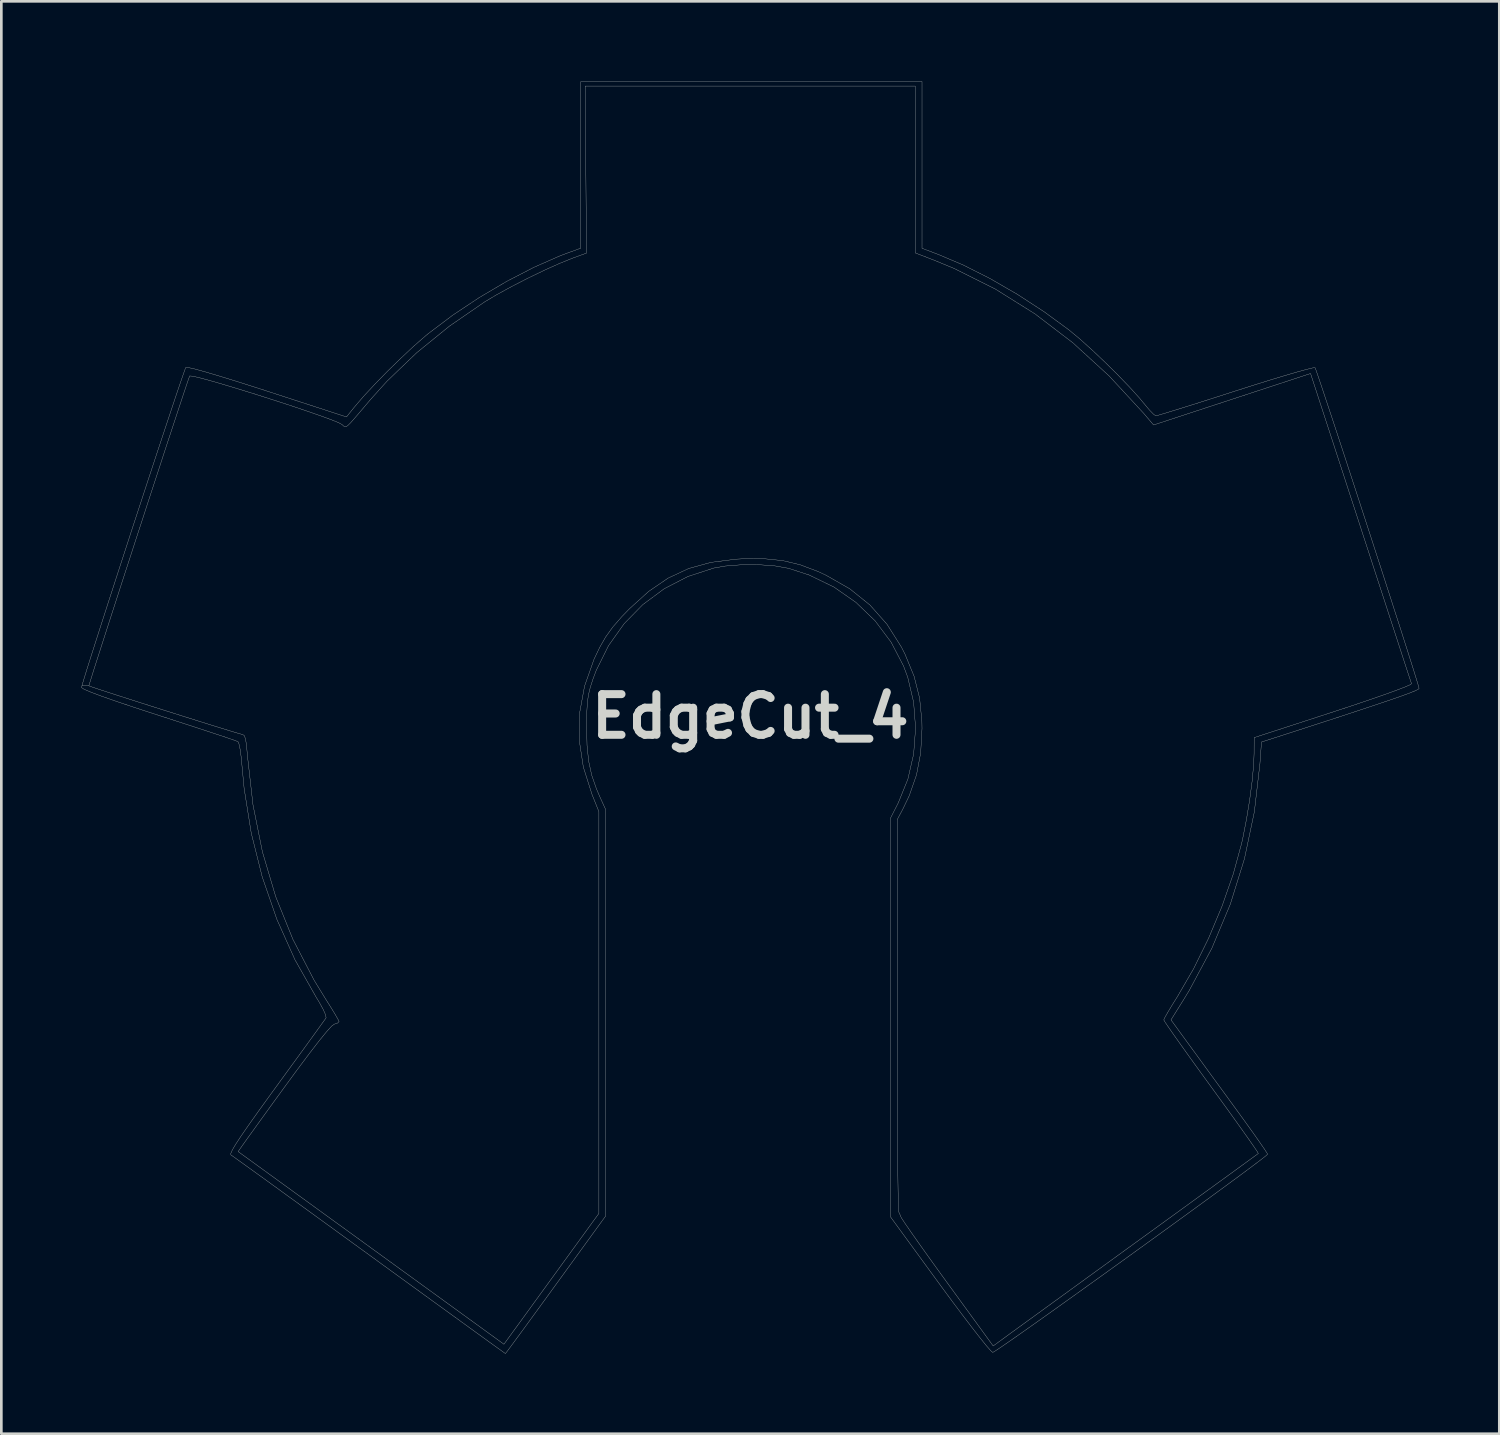
<source format=kicad_pcb>
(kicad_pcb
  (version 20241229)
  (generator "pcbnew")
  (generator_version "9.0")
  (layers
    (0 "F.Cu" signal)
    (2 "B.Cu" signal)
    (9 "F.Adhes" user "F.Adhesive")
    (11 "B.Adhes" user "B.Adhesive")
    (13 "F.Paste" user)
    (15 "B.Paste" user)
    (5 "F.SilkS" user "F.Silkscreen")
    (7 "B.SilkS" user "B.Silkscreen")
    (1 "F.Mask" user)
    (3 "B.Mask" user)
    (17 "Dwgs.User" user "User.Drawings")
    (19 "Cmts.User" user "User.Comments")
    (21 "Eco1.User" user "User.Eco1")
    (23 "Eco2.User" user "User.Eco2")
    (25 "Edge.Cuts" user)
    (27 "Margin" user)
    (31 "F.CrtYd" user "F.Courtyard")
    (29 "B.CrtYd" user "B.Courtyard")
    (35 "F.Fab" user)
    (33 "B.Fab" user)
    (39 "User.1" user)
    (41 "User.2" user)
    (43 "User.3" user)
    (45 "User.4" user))
  (footprint "EdgeCut_4"
    (layer "F.Cu")
    (at 25.066 23.796)
    (property "Reference" "EdgeCut_4" (at 0 0 0) (layer "Edge.Cuts") (effects (font (size 1.524 1.524) (thickness 0.3))))
    (attr through_hole)
    (fp_poly (pts (xy 6.435 -17.541) (xy 7.048 -17.31) (xy 7.989 -16.911) (xy 8.992 -16.404) (xy 10.015 -15.812) (xy 11.016 -15.16) (xy 11.936 -14.487) (xy 12.33 -14.161) (xy 12.787 -13.75) (xy 13.275 -13.29) (xy 13.758 -12.813) (xy 14.202 -12.352) (xy 14.574 -11.941) (xy 14.774 -11.7) (xy 14.961 -11.477) (xy 15.115 -11.319) (xy 15.198 -11.264) (xy 15.295 -11.288) (xy 15.535 -11.359) (xy 15.899 -11.471) (xy 16.368 -11.617) (xy 16.923 -11.792) (xy 17.546 -11.991) (xy 18.192 -12.199) (xy 18.861 -12.412) (xy 19.48 -12.605) (xy 20.029 -12.771) (xy 20.49 -12.906) (xy 20.845 -13.003) (xy 21.076 -13.059) (xy 21.163 -13.067) (xy 21.199 -12.977) (xy 21.281 -12.741) (xy 21.405 -12.374) (xy 21.565 -11.893) (xy 21.758 -11.312) (xy 21.977 -10.647) (xy 22.217 -9.913) (xy 22.475 -9.126) (xy 22.743 -8.3) (xy 23.019 -7.452) (xy 23.296 -6.598) (xy 23.57 -5.751) (xy 23.836 -4.928) (xy 24.088 -4.144) (xy 24.323 -3.415) (xy 24.533 -2.756) (xy 24.716 -2.182) (xy 24.865 -1.708) (xy 24.975 -1.351) (xy 25.043 -1.126) (xy 25.062 -1.049) (xy 25.028 -1.015) (xy 24.918 -0.961) (xy 24.724 -0.882) (xy 24.437 -0.776) (xy 24.046 -0.639) (xy 23.542 -0.469) (xy 22.917 -0.261) (xy 22.161 -0.012) (xy 21.263 0.28) (xy 20.216 0.619) (xy 19.971 0.698) (xy 19.156 0.96) (xy 19.098 1.771) (xy 18.888 3.582) (xy 18.517 5.339) (xy 17.987 7.041) (xy 17.298 8.684) (xy 16.451 10.266) (xy 16.236 10.618) (xy 15.765 11.372) (xy 16.418 12.269) (xy 16.67 12.614) (xy 16.994 13.059) (xy 17.365 13.569) (xy 17.757 14.106) (xy 18.142 14.635) (xy 18.23 14.756) (xy 18.559 15.21) (xy 18.851 15.618) (xy 19.093 15.962) (xy 19.27 16.22) (xy 19.369 16.374) (xy 19.385 16.407) (xy 19.318 16.469) (xy 19.125 16.62) (xy 18.821 16.85) (xy 18.418 17.15) (xy 17.929 17.51) (xy 17.367 17.922) (xy 16.745 18.375) (xy 16.077 18.861) (xy 15.376 19.369) (xy 14.653 19.891) (xy 13.924 20.417) (xy 13.2 20.938) (xy 12.494 21.444) (xy 11.82 21.926) (xy 11.191 22.375) (xy 10.62 22.78) (xy 10.119 23.133) (xy 9.702 23.424) (xy 9.382 23.645) (xy 9.172 23.784) (xy 9.086 23.834) (xy 9.085 23.834) (xy 9.009 23.767) (xy 8.845 23.579) (xy 8.606 23.283) (xy 8.304 22.895) (xy 7.95 22.43) (xy 7.556 21.904) (xy 7.134 21.331) (xy 7.107 21.294) (xy 5.254 18.754) (xy 5.249 3.823) (xy 5.544 3.243) (xy 5.905 2.353) (xy 6.122 1.407) (xy 6.194 0.433) (xy 6.12 -0.535) (xy 5.899 -1.469) (xy 5.742 -1.89) (xy 5.278 -2.78) (xy 4.68 -3.578) (xy 3.961 -4.271) (xy 3.135 -4.847) (xy 2.215 -5.294) (xy 1.439 -5.548) (xy 0.929 -5.639) (xy 0.32 -5.685) (xy -0.322 -5.683) (xy -0.933 -5.635) (xy -1.374 -5.558) (xy -2.337 -5.243) (xy -3.226 -4.784) (xy -4.027 -4.19) (xy -4.727 -3.475) (xy -5.313 -2.651) (xy -5.771 -1.73) (xy -5.896 -1.397) (xy -5.996 -1.088) (xy -6.063 -0.816) (xy -6.104 -0.533) (xy -6.125 -0.189) (xy -6.133 0.264) (xy -6.134 0.381) (xy -6.118 1.083) (xy -6.058 1.672) (xy -5.943 2.201) (xy -5.763 2.721) (xy -5.627 3.037) (xy -5.419 3.492) (xy -5.419 18.72) (xy -7.289 21.298) (xy -7.709 21.877) (xy -8.098 22.411) (xy -8.443 22.885) (xy -8.735 23.283) (xy -8.961 23.591) (xy -9.111 23.793) (xy -9.175 23.875) (xy -9.176 23.876) (xy -9.245 23.828) (xy -9.441 23.687) (xy -9.753 23.463) (xy -10.169 23.162) (xy -10.679 22.793) (xy -11.273 22.363) (xy -11.94 21.88) (xy -12.669 21.351) (xy -13.449 20.785) (xy -14.27 20.189) (xy -15.094 19.591) (xy -15.879 19.021) (xy -16.615 18.487) (xy -17.291 17.998) (xy -17.895 17.56) (xy -18.417 17.183) (xy -18.846 16.874) (xy -19.17 16.641) (xy -19.379 16.491) (xy -19.462 16.434) (xy -19.468 16.379) (xy -19.412 16.25) (xy -19.287 16.038) (xy -19.087 15.733) (xy -18.806 15.325) (xy -18.437 14.805) (xy -17.975 14.164) (xy -17.765 13.876) (xy -17.349 13.303) (xy -16.962 12.772) (xy -16.618 12.298) (xy -16.328 11.897) (xy -16.103 11.585) (xy -15.955 11.379) (xy -15.896 11.295) (xy -15.914 11.187) (xy -16.008 10.975) (xy -16.162 10.696) (xy -16.262 10.533) (xy -17.062 9.121) (xy -17.74 7.607) (xy -18.289 6.016) (xy -18.701 4.372) (xy -18.968 2.698) (xy -19.041 1.921) (xy -19.076 1.542) (xy -19.119 1.228) (xy -19.165 1.016) (xy -19.199 0.945) (xy -19.298 0.907) (xy -19.54 0.823) (xy -19.905 0.7) (xy -20.375 0.545) (xy -20.931 0.362) (xy -21.555 0.16) (xy -22.176 -0.041) (xy -23.028 -0.319) (xy -23.736 -0.557) (xy -24.297 -0.753) (xy -24.708 -0.907) (xy -24.963 -1.016) (xy -25.06 -1.08) (xy -25.061 -1.084) (xy -25.046 -1.145) (xy -24.785 -1.145) (xy -24.67 -1.103) (xy -24.42 -1.019) (xy -24.057 -0.9) (xy -23.602 -0.753) (xy -23.08 -0.586) (xy -22.512 -0.404) (xy -21.921 -0.217) (xy -21.33 -0.03) (xy -20.761 0.149) (xy -20.236 0.313) (xy -19.778 0.455) (xy -19.411 0.568) (xy -19.155 0.644) (xy -19.035 0.677) (xy -19.03 0.677) (xy -18.965 0.714) (xy -18.916 0.841) (xy -18.878 1.085) (xy -18.845 1.46) (xy -18.636 3.313) (xy -18.282 5.077) (xy -17.783 6.759) (xy -17.137 8.361) (xy -16.344 9.888) (xy -15.922 10.577) (xy -15.717 10.903) (xy -15.55 11.176) (xy -15.442 11.366) (xy -15.409 11.439) (xy -15.481 11.502) (xy -15.584 11.53) (xy -15.688 11.606) (xy -15.88 11.817) (xy -16.162 12.164) (xy -16.535 12.648) (xy -17 13.27) (xy -17.481 13.928) (xy -17.884 14.482) (xy -18.252 14.992) (xy -18.575 15.44) (xy -18.842 15.811) (xy -19.04 16.089) (xy -19.16 16.26) (xy -19.191 16.308) (xy -19.122 16.358) (xy -18.926 16.5) (xy -18.615 16.725) (xy -18.2 17.026) (xy -17.691 17.395) (xy -17.098 17.825) (xy -16.434 18.306) (xy -15.708 18.833) (xy -14.931 19.395) (xy -14.204 19.923) (xy -9.232 23.527) (xy -5.673 18.625) (xy -5.673 3.569) (xy -5.933 2.919) (xy -6.256 1.901) (xy -6.411 0.885) (xy -6.396 -0.127) (xy -6.211 -1.134) (xy -5.858 -2.136) (xy -5.646 -2.582) (xy -5.42 -2.976) (xy -5.153 -3.348) (xy -4.809 -3.744) (xy -4.532 -4.03) (xy -3.81 -4.683) (xy -3.08 -5.182) (xy -2.311 -5.541) (xy -1.472 -5.773) (xy -0.532 -5.892) (xy -0.286 -5.905) (xy 0.515 -5.909) (xy 1.215 -5.838) (xy 1.871 -5.682) (xy 2.538 -5.429) (xy 2.836 -5.291) (xy 3.726 -4.783) (xy 4.483 -4.175) (xy 5.122 -3.454) (xy 5.658 -2.606) (xy 5.799 -2.328) (xy 6.139 -1.501) (xy 6.345 -0.687) (xy 6.43 0.178) (xy 6.435 0.456) (xy 6.385 1.368) (xy 6.229 2.191) (xy 5.954 2.978) (xy 5.711 3.483) (xy 5.503 3.875) (xy 5.503 11.195) (xy 5.504 12.293) (xy 5.506 13.344) (xy 5.509 14.333) (xy 5.514 15.249) (xy 5.52 16.08) (xy 5.526 16.812) (xy 5.533 17.435) (xy 5.541 17.935) (xy 5.55 18.3) (xy 5.559 18.517) (xy 5.567 18.577) (xy 5.63 18.714) (xy 5.63 18.729) (xy 5.678 18.816) (xy 5.815 19.023) (xy 6.03 19.334) (xy 6.31 19.733) (xy 6.645 20.204) (xy 7.023 20.73) (xy 7.366 21.204) (xy 9.102 23.592) (xy 9.821 23.067) (xy 10.02 22.923) (xy 10.341 22.69) (xy 10.771 22.378) (xy 11.294 21.998) (xy 11.897 21.561) (xy 12.564 21.077) (xy 13.281 20.557) (xy 14.034 20.011) (xy 14.774 19.475) (xy 15.523 18.932) (xy 16.231 18.419) (xy 16.885 17.944) (xy 17.475 17.516) (xy 17.988 17.144) (xy 18.412 16.835) (xy 18.736 16.599) (xy 18.948 16.445) (xy 19.036 16.38) (xy 19.038 16.379) (xy 18.997 16.306) (xy 18.866 16.113) (xy 18.658 15.814) (xy 18.382 15.425) (xy 18.051 14.961) (xy 17.673 14.438) (xy 17.281 13.898) (xy 16.869 13.33) (xy 16.491 12.806) (xy 16.158 12.339) (xy 15.88 11.947) (xy 15.67 11.644) (xy 15.538 11.448) (xy 15.495 11.373) (xy 15.538 11.278) (xy 15.655 11.071) (xy 15.827 10.786) (xy 16.007 10.499) (xy 16.613 9.454) (xy 17.177 8.307) (xy 17.679 7.108) (xy 18.098 5.908) (xy 18.412 4.758) (xy 18.454 4.572) (xy 18.595 3.85) (xy 18.714 3.122) (xy 18.805 2.431) (xy 18.862 1.821) (xy 18.879 1.392) (xy 18.881 0.795) (xy 21.846 -0.17) (xy 22.554 -0.403) (xy 23.191 -0.618) (xy 23.742 -0.809) (xy 24.191 -0.971) (xy 24.524 -1.098) (xy 24.725 -1.185) (xy 24.779 -1.224) (xy 24.746 -1.322) (xy 24.667 -1.563) (xy 24.548 -1.927) (xy 24.396 -2.394) (xy 24.216 -2.947) (xy 24.015 -3.564) (xy 23.839 -4.106) (xy 23.577 -4.913) (xy 23.278 -5.831) (xy 22.959 -6.812) (xy 22.635 -7.809) (xy 22.322 -8.77) (xy 22.037 -9.649) (xy 21.963 -9.875) (xy 20.995 -12.849) (xy 18.054 -11.885) (xy 15.113 -10.921) (xy 14.734 -11.366) (xy 13.447 -12.758) (xy 12.091 -13.998) (xy 10.668 -15.084) (xy 9.179 -16.016) (xy 7.627 -16.791) (xy 6.867 -17.104) (xy 6.181 -17.369) (xy 6.181 -23.622) (xy -6.188 -23.622) (xy -6.163 -20.492) (xy -6.138 -17.361) (xy -6.646 -17.177) (xy -7.129 -16.983) (xy -7.707 -16.724) (xy -8.331 -16.423) (xy -8.951 -16.105) (xy -9.52 -15.793) (xy -9.948 -15.538) (xy -11.273 -14.626) (xy -12.505 -13.625) (xy -13.617 -12.558) (xy -14.232 -11.874) (xy -14.568 -11.477) (xy -14.811 -11.192) (xy -14.978 -11.003) (xy -15.089 -10.894) (xy -15.159 -10.851) (xy -15.209 -10.857) (xy -15.255 -10.896) (xy -15.301 -10.939) (xy -15.426 -11.006) (xy -15.683 -11.11) (xy -16.051 -11.246) (xy -16.507 -11.405) (xy -17.028 -11.582) (xy -17.593 -11.768) (xy -18.179 -11.957) (xy -18.764 -12.141) (xy -19.326 -12.314) (xy -19.842 -12.468) (xy -20.291 -12.597) (xy -20.649 -12.693) (xy -20.895 -12.749) (xy -21.006 -12.758) (xy -21.009 -12.755) (xy -21.045 -12.659) (xy -21.126 -12.42) (xy -21.249 -12.053) (xy -21.408 -11.572) (xy -21.598 -10.994) (xy -21.815 -10.335) (xy -22.052 -9.609) (xy -22.306 -8.832) (xy -22.571 -8.02) (xy -22.842 -7.188) (xy -23.114 -6.351) (xy -23.382 -5.526) (xy -23.641 -4.727) (xy -23.885 -3.97) (xy -24.111 -3.271) (xy -24.312 -2.645) (xy -24.485 -2.108) (xy -24.623 -1.674) (xy -24.721 -1.36) (xy -24.776 -1.181) (xy -24.785 -1.145) (xy -25.046 -1.145) (xy -25.036 -1.185) (xy -24.962 -1.431) (xy -24.846 -1.806) (xy -24.691 -2.295) (xy -24.504 -2.882) (xy -24.289 -3.553) (xy -24.051 -4.292) (xy -23.796 -5.082) (xy -23.527 -5.909) (xy -23.252 -6.758) (xy -22.973 -7.612) (xy -22.697 -8.457) (xy -22.428 -9.276) (xy -22.172 -10.055) (xy -21.933 -10.778) (xy -21.717 -11.43) (xy -21.529 -11.995) (xy -21.373 -12.457) (xy -21.254 -12.802) (xy -21.179 -13.014) (xy -21.152 -13.077) (xy -21.054 -13.072) (xy -20.807 -13.016) (xy -20.422 -12.91) (xy -19.909 -12.758) (xy -19.279 -12.564) (xy -18.544 -12.331) (xy -18.107 -12.189) (xy -15.132 -11.222) (xy -14.828 -11.601) (xy -14.499 -11.986) (xy -14.076 -12.442) (xy -13.595 -12.934) (xy -13.092 -13.425) (xy -12.606 -13.879) (xy -12.17 -14.26) (xy -12.055 -14.354) (xy -11.146 -15.039) (xy -10.155 -15.697) (xy -9.127 -16.303) (xy -8.105 -16.831) (xy -7.132 -17.258) (xy -6.879 -17.354) (xy -6.35 -17.547) (xy -6.35 -23.791) (xy 6.435 -23.791) (xy 6.435 -17.541)) (stroke (width 0.01) (type solid)) (fill no) (layer "Edge.Cuts")))
  (gr_rect
    (start -3 -3)
    (end 53.134 50.677)
    (stroke (width 0.1) (type default))
    (fill no)
    (layer "Edge.Cuts")))
</source>
